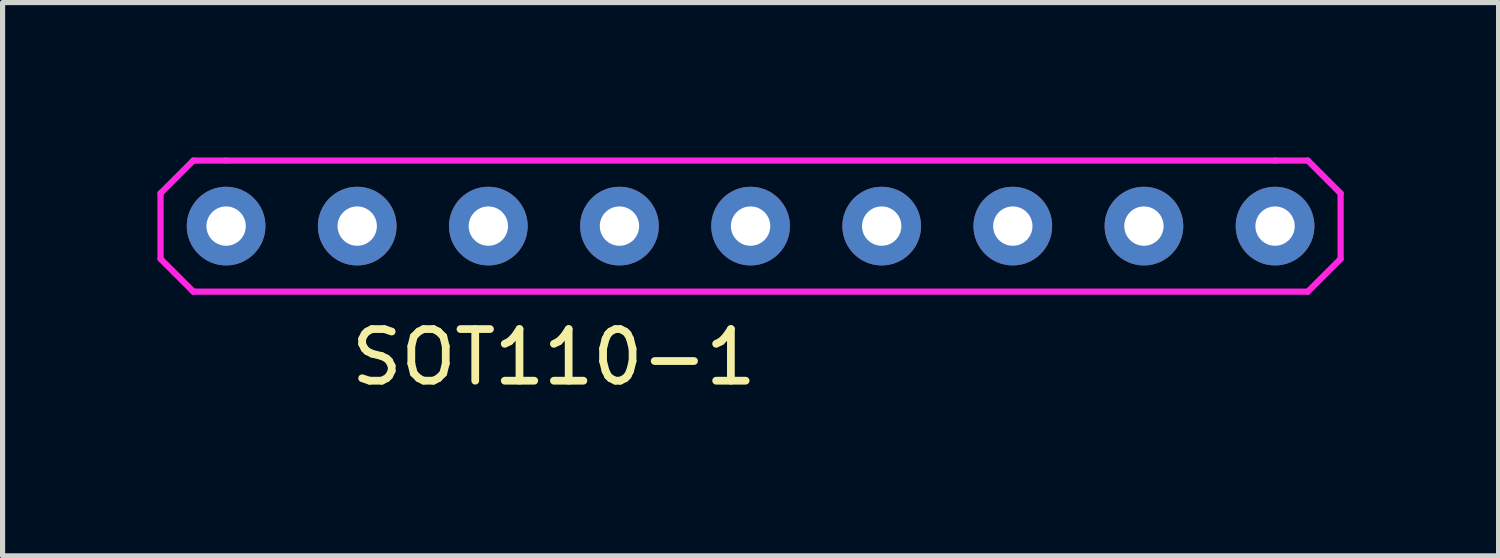
<source format=kicad_pcb>
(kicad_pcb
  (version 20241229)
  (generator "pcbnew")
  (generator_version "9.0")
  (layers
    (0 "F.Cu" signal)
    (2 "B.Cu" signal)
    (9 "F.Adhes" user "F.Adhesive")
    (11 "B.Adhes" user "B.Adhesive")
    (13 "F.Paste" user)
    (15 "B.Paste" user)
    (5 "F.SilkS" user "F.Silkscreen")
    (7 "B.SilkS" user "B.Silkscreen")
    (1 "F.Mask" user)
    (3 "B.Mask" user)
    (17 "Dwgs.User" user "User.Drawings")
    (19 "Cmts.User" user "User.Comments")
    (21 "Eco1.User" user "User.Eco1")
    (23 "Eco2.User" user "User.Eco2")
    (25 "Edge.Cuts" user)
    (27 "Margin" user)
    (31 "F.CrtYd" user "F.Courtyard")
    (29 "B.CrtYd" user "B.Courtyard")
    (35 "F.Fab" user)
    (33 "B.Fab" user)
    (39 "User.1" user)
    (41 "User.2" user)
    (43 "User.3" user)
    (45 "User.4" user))
  (footprint "SOT110-1"
    (layer "F.Cu")
    (at 8.95 2.6)
    (property "Reference" "SOT110-1" (at -1.27 1.27 0) (layer "F.SilkS") (effects (font (size 1 1) (thickness 0.15))))
    (attr through_hole)
    (fp_line (start -8.89 -1.905) (end -8.255 -2.54) (stroke (width 0.12) (type solid)) (layer "F.CrtYd"))
    (fp_line (start -8.89 -0.635) (end -8.89 -1.905) (stroke (width 0.12) (type solid)) (layer "F.CrtYd"))
    (fp_line (start -8.255 -2.54) (end -7.62 -2.54) (stroke (width 0.12) (type solid)) (layer "F.CrtYd"))
    (fp_line (start -8.255 0) (end -8.89 -0.635) (stroke (width 0.12) (type solid)) (layer "F.CrtYd"))
    (fp_line (start -7.62 -2.54) (end 12.7 -2.54) (stroke (width 0.12) (type solid)) (layer "F.CrtYd"))
    (fp_line (start 12.7 -2.54) (end 13.335 -2.54) (stroke (width 0.12) (type solid)) (layer "F.CrtYd"))
    (fp_line (start 13.335 -2.54) (end 13.97 -1.905) (stroke (width 0.12) (type solid)) (layer "F.CrtYd"))
    (fp_line (start 13.335 0) (end -8.255 0) (stroke (width 0.12) (type solid)) (layer "F.CrtYd"))
    (fp_line (start 13.97 -1.905) (end 13.97 -0.635) (stroke (width 0.12) (type solid)) (layer "F.CrtYd"))
    (fp_line (start 13.97 -0.635) (end 13.335 0) (stroke (width 0.12) (type solid)) (layer "F.CrtYd"))
    (pad "1" thru_hole circle (at -7.62 -1.27) (size 1.524 1.524) (drill 0.762) (layers "*.Cu" "*.Mask"))
    (pad "2" thru_hole circle (at -5.08 -1.27) (size 1.524 1.524) (drill 0.762) (layers "*.Cu" "*.Mask"))
    (pad "3" thru_hole circle (at -2.54 -1.27) (size 1.524 1.524) (drill 0.762) (layers "*.Cu" "*.Mask"))
    (pad "4" thru_hole circle (at 0 -1.27) (size 1.524 1.524) (drill 0.762) (layers "*.Cu" "*.Mask"))
    (pad "5" thru_hole circle (at 2.54 -1.27) (size 1.524 1.524) (drill 0.762) (layers "*.Cu" "*.Mask"))
    (pad "6" thru_hole circle (at 5.08 -1.27) (size 1.524 1.524) (drill 0.762) (layers "*.Cu" "*.Mask"))
    (pad "7" thru_hole circle (at 7.62 -1.27) (size 1.524 1.524) (drill 0.762) (layers "*.Cu" "*.Mask"))
    (pad "8" thru_hole circle (at 10.16 -1.27) (size 1.524 1.524) (drill 0.762) (layers "*.Cu" "*.Mask"))
    (pad "9" thru_hole circle (at 12.7 -1.27) (size 1.524 1.524) (drill 0.762) (layers "*.Cu" "*.Mask")))
  (gr_rect
    (start -3 -3)
    (end 25.98 7.718)
    (stroke (width 0.1) (type default))
    (fill no)
    (layer "Edge.Cuts")))
</source>
